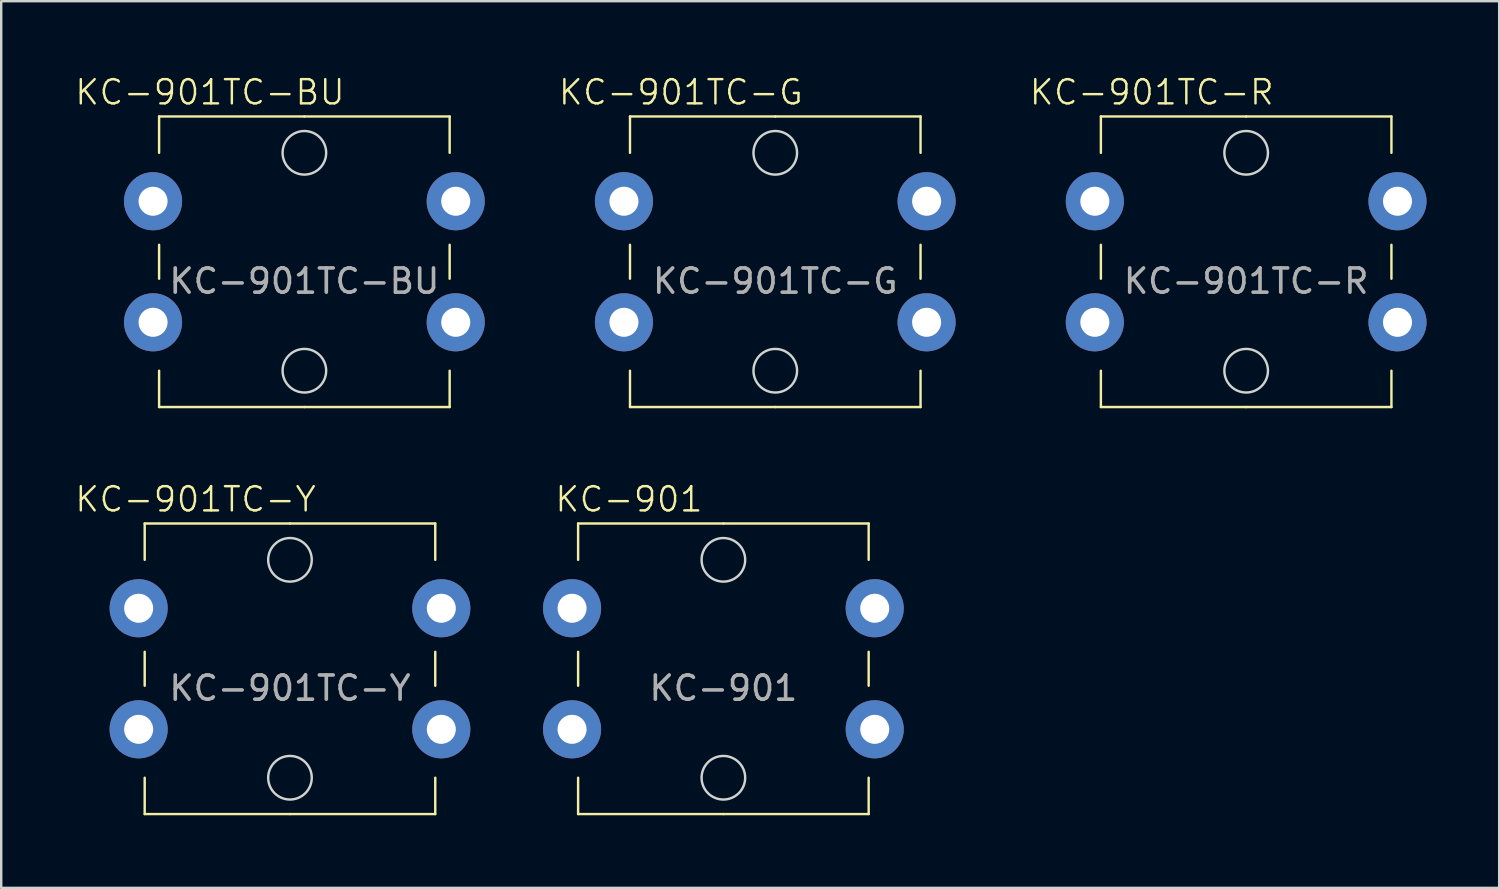
<source format=kicad_pcb>
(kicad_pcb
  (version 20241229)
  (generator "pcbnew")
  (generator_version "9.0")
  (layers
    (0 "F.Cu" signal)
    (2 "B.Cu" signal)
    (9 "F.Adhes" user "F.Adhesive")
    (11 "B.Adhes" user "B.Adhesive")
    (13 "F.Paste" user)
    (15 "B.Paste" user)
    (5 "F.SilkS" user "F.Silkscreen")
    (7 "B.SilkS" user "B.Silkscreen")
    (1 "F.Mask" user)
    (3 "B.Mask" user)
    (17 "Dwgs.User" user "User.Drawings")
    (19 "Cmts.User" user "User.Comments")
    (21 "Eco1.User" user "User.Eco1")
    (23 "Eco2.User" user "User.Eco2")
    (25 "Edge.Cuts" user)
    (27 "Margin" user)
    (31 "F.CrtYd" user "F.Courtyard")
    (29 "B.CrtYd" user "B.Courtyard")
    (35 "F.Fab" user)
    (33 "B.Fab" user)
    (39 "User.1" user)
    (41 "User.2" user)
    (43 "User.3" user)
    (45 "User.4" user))
  (footprint "KC-901TC-G"
    (layer "F.Cu")
    (at 22.719 5.261)
    (property "Reference" "KC-901TC-G" (at 2.35 -4.5 0) (unlocked yes) (layer "F.SilkS") (effects (font (size 1 1) (thickness 0.1))))
    (attr through_hole)
    (fp_line (start 0.25 -3.5) (end 0.25 -2) (stroke (width 0.1) (type default)) (layer "F.SilkS"))
    (fp_line (start 0.25 3.2) (end 0.25 1.8) (stroke (width 0.1) (type default)) (layer "F.SilkS"))
    (fp_line (start 0.25 8.5) (end 0.25 7) (stroke (width 0.1) (type default)) (layer "F.SilkS"))
    (fp_line (start 6.25 -3.5) (end 0.25 -3.5) (stroke (width 0.1) (type default)) (layer "F.SilkS"))
    (fp_line (start 6.25 -3.5) (end 12.25 -3.5) (stroke (width 0.1) (type default)) (layer "F.SilkS"))
    (fp_line (start 6.25 8.5) (end 0.25 8.5) (stroke (width 0.1) (type default)) (layer "F.SilkS"))
    (fp_line (start 6.25 8.5) (end 12.25 8.5) (stroke (width 0.1) (type default)) (layer "F.SilkS"))
    (fp_line (start 12.25 -3.5) (end 12.25 -2) (stroke (width 0.1) (type default)) (layer "F.SilkS"))
    (fp_line (start 12.25 3.2) (end 12.25 1.8) (stroke (width 0.1) (type default)) (layer "F.SilkS"))
    (fp_line (start 12.25 8.5) (end 12.25 7) (stroke (width 0.1) (type default)) (layer "F.SilkS"))
    (fp_circle (center 6.25 -2) (end 7.15 -2) (stroke (width 0.1) (type default)) (fill no) (layer "Edge.Cuts"))
    (fp_circle (center 6.25 7) (end 7.15 7) (stroke (width 0.1) (type default)) (fill no) (layer "Edge.Cuts"))
    (fp_text user "${REFERENCE}" (at 6.25 3.3 0) (unlocked yes) (layer "F.Fab") (effects (font (size 1 1) (thickness 0.15))))
    (pad "1" thru_hole circle (at 0 0) (size 2.4 2.4) (drill 1.2) (layers "*.Cu" "*.Mask"))
    (pad "2" thru_hole circle (at 12.5 0) (size 2.4 2.4) (drill 1.2) (layers "*.Cu" "*.Mask"))
    (pad "3" thru_hole circle (at 0 5) (size 2.4 2.4) (drill 1.2) (layers "*.Cu" "*.Mask"))
    (pad "4" thru_hole circle (at 12.5 5) (size 2.4 2.4) (drill 1.2) (layers "*.Cu" "*.Mask")))
  (footprint "KC-901TC-Y"
    (layer "F.Cu")
    (at 2.676 22.071)
    (property "Reference" "KC-901TC-Y" (at 2.35 -4.5 0) (unlocked yes) (layer "F.SilkS") (effects (font (size 1 1) (thickness 0.1))))
    (attr through_hole)
    (fp_line (start 0.25 -3.5) (end 0.25 -2) (stroke (width 0.1) (type default)) (layer "F.SilkS"))
    (fp_line (start 0.25 3.2) (end 0.25 1.8) (stroke (width 0.1) (type default)) (layer "F.SilkS"))
    (fp_line (start 0.25 8.5) (end 0.25 7) (stroke (width 0.1) (type default)) (layer "F.SilkS"))
    (fp_line (start 6.25 -3.5) (end 0.25 -3.5) (stroke (width 0.1) (type default)) (layer "F.SilkS"))
    (fp_line (start 6.25 -3.5) (end 12.25 -3.5) (stroke (width 0.1) (type default)) (layer "F.SilkS"))
    (fp_line (start 6.25 8.5) (end 0.25 8.5) (stroke (width 0.1) (type default)) (layer "F.SilkS"))
    (fp_line (start 6.25 8.5) (end 12.25 8.5) (stroke (width 0.1) (type default)) (layer "F.SilkS"))
    (fp_line (start 12.25 -3.5) (end 12.25 -2) (stroke (width 0.1) (type default)) (layer "F.SilkS"))
    (fp_line (start 12.25 3.2) (end 12.25 1.8) (stroke (width 0.1) (type default)) (layer "F.SilkS"))
    (fp_line (start 12.25 8.5) (end 12.25 7) (stroke (width 0.1) (type default)) (layer "F.SilkS"))
    (fp_circle (center 6.25 -2) (end 7.15 -2) (stroke (width 0.1) (type default)) (fill no) (layer "Edge.Cuts"))
    (fp_circle (center 6.25 7) (end 7.15 7) (stroke (width 0.1) (type default)) (fill no) (layer "Edge.Cuts"))
    (fp_text user "${REFERENCE}" (at 6.25 3.3 0) (unlocked yes) (layer "F.Fab") (effects (font (size 1 1) (thickness 0.15))))
    (pad "1" thru_hole circle (at 0 0) (size 2.4 2.4) (drill 1.2) (layers "*.Cu" "*.Mask"))
    (pad "2" thru_hole circle (at 12.5 0) (size 2.4 2.4) (drill 1.2) (layers "*.Cu" "*.Mask"))
    (pad "3" thru_hole circle (at 0 5) (size 2.4 2.4) (drill 1.2) (layers "*.Cu" "*.Mask"))
    (pad "4" thru_hole circle (at 12.5 5) (size 2.4 2.4) (drill 1.2) (layers "*.Cu" "*.Mask")))
  (footprint "KC-901"
    (layer "F.Cu")
    (at 20.576 22.071)
    (property "Reference" "KC-901" (at 2.35 -4.5 0) (unlocked yes) (layer "F.SilkS") (effects (font (size 1 1) (thickness 0.1))))
    (attr through_hole)
    (fp_line (start 0.25 -3.5) (end 0.25 -2) (stroke (width 0.1) (type default)) (layer "F.SilkS"))
    (fp_line (start 0.25 3.2) (end 0.25 1.8) (stroke (width 0.1) (type default)) (layer "F.SilkS"))
    (fp_line (start 0.25 8.5) (end 0.25 7) (stroke (width 0.1) (type default)) (layer "F.SilkS"))
    (fp_line (start 6.25 -3.5) (end 0.25 -3.5) (stroke (width 0.1) (type default)) (layer "F.SilkS"))
    (fp_line (start 6.25 -3.5) (end 12.25 -3.5) (stroke (width 0.1) (type default)) (layer "F.SilkS"))
    (fp_line (start 6.25 8.5) (end 0.25 8.5) (stroke (width 0.1) (type default)) (layer "F.SilkS"))
    (fp_line (start 6.25 8.5) (end 12.25 8.5) (stroke (width 0.1) (type default)) (layer "F.SilkS"))
    (fp_line (start 12.25 -3.5) (end 12.25 -2) (stroke (width 0.1) (type default)) (layer "F.SilkS"))
    (fp_line (start 12.25 3.2) (end 12.25 1.8) (stroke (width 0.1) (type default)) (layer "F.SilkS"))
    (fp_line (start 12.25 8.5) (end 12.25 7) (stroke (width 0.1) (type default)) (layer "F.SilkS"))
    (fp_circle (center 6.25 -2) (end 7.15 -2) (stroke (width 0.1) (type default)) (fill no) (layer "Edge.Cuts"))
    (fp_circle (center 6.25 7) (end 7.15 7) (stroke (width 0.1) (type default)) (fill no) (layer "Edge.Cuts"))
    (fp_text user "${REFERENCE}" (at 6.25 3.3 0) (unlocked yes) (layer "F.Fab") (effects (font (size 1 1) (thickness 0.15))))
    (pad "1" thru_hole circle (at 0 0) (size 2.4 2.4) (drill 1.2) (layers "*.Cu" "*.Mask"))
    (pad "2" thru_hole circle (at 12.5 0) (size 2.4 2.4) (drill 1.2) (layers "*.Cu" "*.Mask"))
    (pad "3" thru_hole circle (at 0 5) (size 2.4 2.4) (drill 1.2) (layers "*.Cu" "*.Mask"))
    (pad "4" thru_hole circle (at 12.5 5) (size 2.4 2.4) (drill 1.2) (layers "*.Cu" "*.Mask")))
  (footprint "KC-901TC-R"
    (layer "F.Cu")
    (at 42.167 5.261)
    (property "Reference" "KC-901TC-R" (at 2.35 -4.5 0) (unlocked yes) (layer "F.SilkS") (effects (font (size 1 1) (thickness 0.1))))
    (attr through_hole)
    (fp_line (start 0.25 -3.5) (end 0.25 -2) (stroke (width 0.1) (type default)) (layer "F.SilkS"))
    (fp_line (start 0.25 3.2) (end 0.25 1.8) (stroke (width 0.1) (type default)) (layer "F.SilkS"))
    (fp_line (start 0.25 8.5) (end 0.25 7) (stroke (width 0.1) (type default)) (layer "F.SilkS"))
    (fp_line (start 6.25 -3.5) (end 0.25 -3.5) (stroke (width 0.1) (type default)) (layer "F.SilkS"))
    (fp_line (start 6.25 -3.5) (end 12.25 -3.5) (stroke (width 0.1) (type default)) (layer "F.SilkS"))
    (fp_line (start 6.25 8.5) (end 0.25 8.5) (stroke (width 0.1) (type default)) (layer "F.SilkS"))
    (fp_line (start 6.25 8.5) (end 12.25 8.5) (stroke (width 0.1) (type default)) (layer "F.SilkS"))
    (fp_line (start 12.25 -3.5) (end 12.25 -2) (stroke (width 0.1) (type default)) (layer "F.SilkS"))
    (fp_line (start 12.25 3.2) (end 12.25 1.8) (stroke (width 0.1) (type default)) (layer "F.SilkS"))
    (fp_line (start 12.25 8.5) (end 12.25 7) (stroke (width 0.1) (type default)) (layer "F.SilkS"))
    (fp_circle (center 6.25 -2) (end 7.15 -2) (stroke (width 0.1) (type default)) (fill no) (layer "Edge.Cuts"))
    (fp_circle (center 6.25 7) (end 7.15 7) (stroke (width 0.1) (type default)) (fill no) (layer "Edge.Cuts"))
    (fp_text user "${REFERENCE}" (at 6.25 3.3 0) (unlocked yes) (layer "F.Fab") (effects (font (size 1 1) (thickness 0.15))))
    (pad "1" thru_hole circle (at 0 0) (size 2.4 2.4) (drill 1.2) (layers "*.Cu" "*.Mask"))
    (pad "2" thru_hole circle (at 12.5 0) (size 2.4 2.4) (drill 1.2) (layers "*.Cu" "*.Mask"))
    (pad "3" thru_hole circle (at 0 5) (size 2.4 2.4) (drill 1.2) (layers "*.Cu" "*.Mask"))
    (pad "4" thru_hole circle (at 12.5 5) (size 2.4 2.4) (drill 1.2) (layers "*.Cu" "*.Mask")))
  (footprint "KC-901TC-BU"
    (layer "F.Cu")
    (at 3.271 5.261)
    (property "Reference" "KC-901TC-BU" (at 2.35 -4.5 0) (unlocked yes) (layer "F.SilkS") (effects (font (size 1 1) (thickness 0.1))))
    (attr through_hole)
    (fp_line (start 0.25 -3.5) (end 0.25 -2) (stroke (width 0.1) (type default)) (layer "F.SilkS"))
    (fp_line (start 0.25 3.2) (end 0.25 1.8) (stroke (width 0.1) (type default)) (layer "F.SilkS"))
    (fp_line (start 0.25 8.5) (end 0.25 7) (stroke (width 0.1) (type default)) (layer "F.SilkS"))
    (fp_line (start 6.25 -3.5) (end 0.25 -3.5) (stroke (width 0.1) (type default)) (layer "F.SilkS"))
    (fp_line (start 6.25 -3.5) (end 12.25 -3.5) (stroke (width 0.1) (type default)) (layer "F.SilkS"))
    (fp_line (start 6.25 8.5) (end 0.25 8.5) (stroke (width 0.1) (type default)) (layer "F.SilkS"))
    (fp_line (start 6.25 8.5) (end 12.25 8.5) (stroke (width 0.1) (type default)) (layer "F.SilkS"))
    (fp_line (start 12.25 -3.5) (end 12.25 -2) (stroke (width 0.1) (type default)) (layer "F.SilkS"))
    (fp_line (start 12.25 3.2) (end 12.25 1.8) (stroke (width 0.1) (type default)) (layer "F.SilkS"))
    (fp_line (start 12.25 8.5) (end 12.25 7) (stroke (width 0.1) (type default)) (layer "F.SilkS"))
    (fp_circle (center 6.25 -2) (end 7.15 -2) (stroke (width 0.1) (type default)) (fill no) (layer "Edge.Cuts"))
    (fp_circle (center 6.25 7) (end 7.15 7) (stroke (width 0.1) (type default)) (fill no) (layer "Edge.Cuts"))
    (fp_text user "${REFERENCE}" (at 6.25 3.3 0) (unlocked yes) (layer "F.Fab") (effects (font (size 1 1) (thickness 0.15))))
    (pad "1" thru_hole circle (at 0 0) (size 2.4 2.4) (drill 1.2) (layers "*.Cu" "*.Mask"))
    (pad "2" thru_hole circle (at 12.5 0) (size 2.4 2.4) (drill 1.2) (layers "*.Cu" "*.Mask"))
    (pad "3" thru_hole circle (at 0 5) (size 2.4 2.4) (drill 1.2) (layers "*.Cu" "*.Mask"))
    (pad "4" thru_hole circle (at 12.5 5) (size 2.4 2.4) (drill 1.2) (layers "*.Cu" "*.Mask")))
  (gr_rect
    (start -3 -3)
    (end 58.867 33.621)
    (stroke (width 0.1) (type default))
    (fill no)
    (layer "Edge.Cuts")))
</source>
